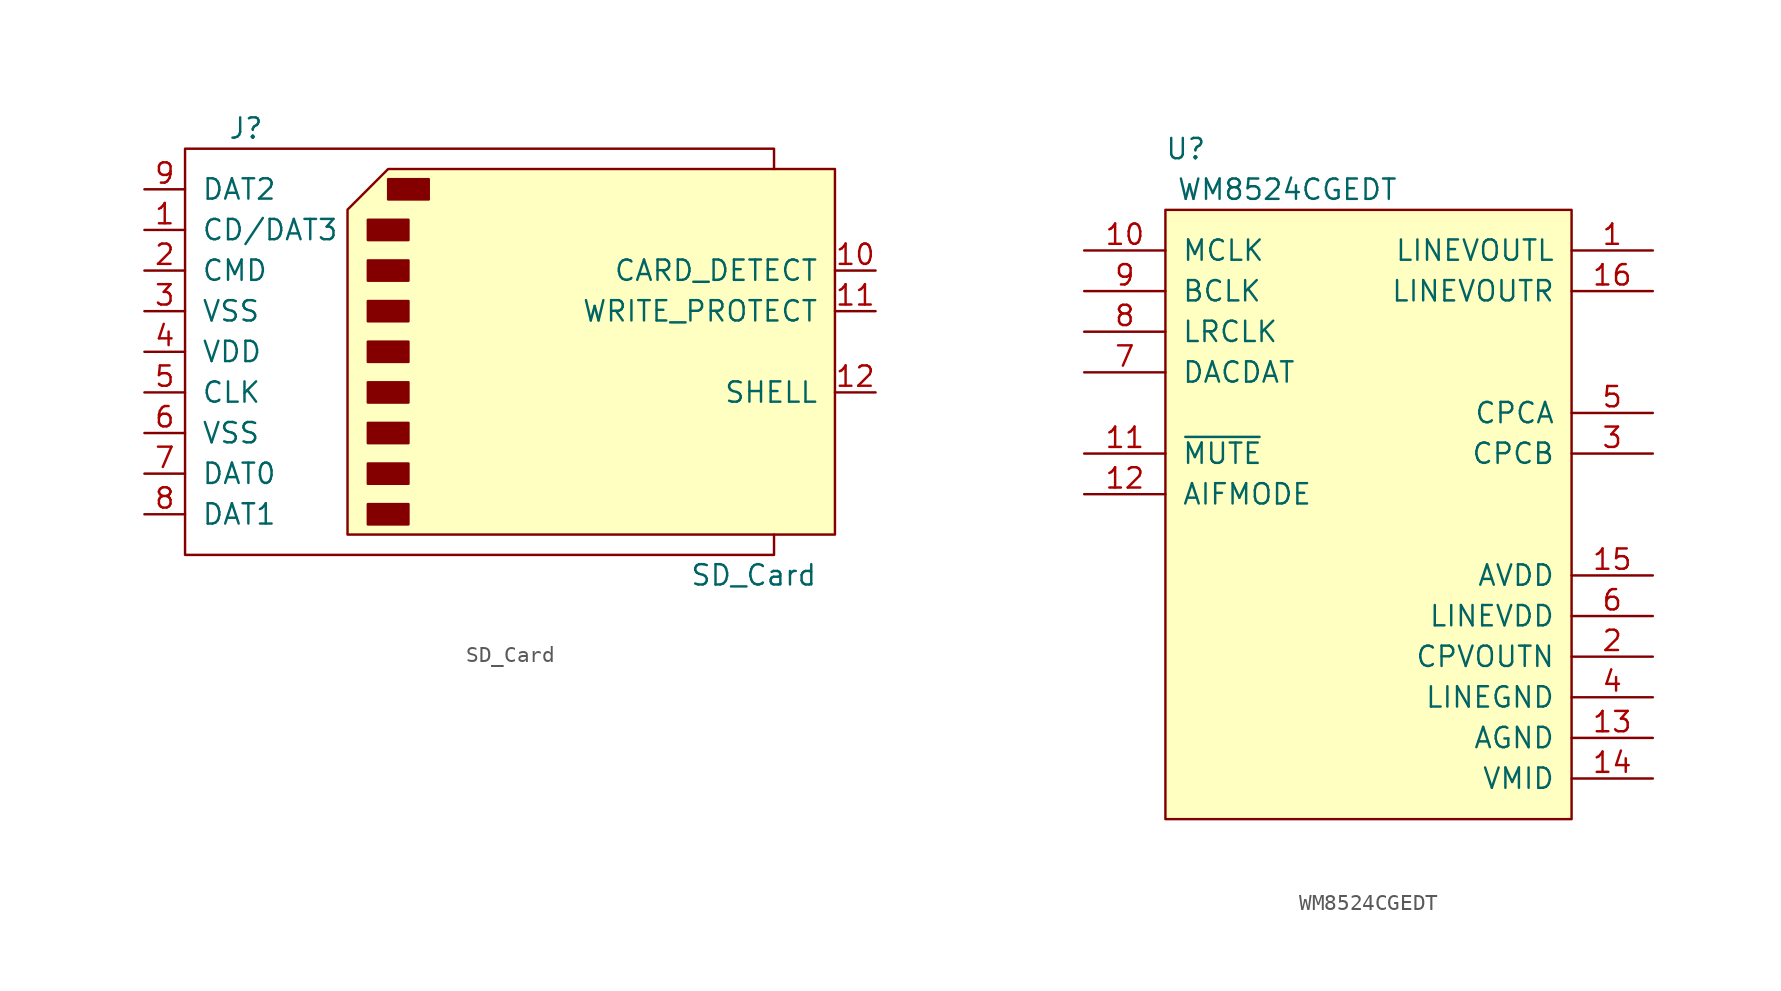
<source format=kicad_sym>
(kicad_symbol_lib
  (version 20241209)
  (generator "kicad_symbol_editor")
  (generator_version "9.0")
  (symbol "SD_Card"
    (pin_names
      (offset 1.016))
    (property "Reference" "J"
      (at -16.51 13.97 0)
      (effects (font (size 1.27 1.27))))
    (property "Value" "SD_Card"
      (at 15.24 -13.97 0)
      (effects (font (size 1.27 1.27))))
    (symbol "SD_Card_0_1"
      (polyline (pts (xy -10.16 8.89) (xy -7.62 11.43) (xy 20.32 11.43) (xy 20.32 -11.43) (xy -10.16 -11.43) (xy -10.16 8.89)) (stroke (width 0) (type solid)) (fill (type background)))
      (rectangle (start -8.89 8.255) (end -6.35 6.985) (stroke (width 0) (type solid)) (fill (type outline)))
      (rectangle (start -8.89 5.715) (end -6.35 4.445) (stroke (width 0) (type solid)) (fill (type outline)))
      (rectangle (start -8.89 3.175) (end -6.35 1.905) (stroke (width 0) (type solid)) (fill (type outline)))
      (rectangle (start -8.89 0.635) (end -6.35 -0.635) (stroke (width 0) (type solid)) (fill (type outline)))
      (rectangle (start -8.89 -1.905) (end -6.35 -3.175) (stroke (width 0) (type solid)) (fill (type outline)))
      (rectangle (start -8.89 -4.445) (end -6.35 -5.715) (stroke (width 0) (type solid)) (fill (type outline)))
      (rectangle (start -8.89 -6.985) (end -6.35 -8.255) (stroke (width 0) (type solid)) (fill (type outline)))
      (rectangle (start -8.89 -9.525) (end -6.35 -10.795) (stroke (width 0) (type solid)) (fill (type outline)))
      (rectangle (start -7.62 10.795) (end -5.08 9.525) (stroke (width 0) (type solid)) (fill (type outline)))
      (polyline (pts (xy 16.51 11.43) (xy 16.51 12.7) (xy -20.32 12.7) (xy -20.32 -12.7) (xy 16.51 -12.7) (xy 16.51 -11.43)) (stroke (width 0) (type solid)) (fill (type none))))
    (symbol "SD_Card_1_1"
      (pin input line (at -22.86 10.16 0) (length 2.54) (name "DAT2" (effects (font (size 1.27 1.27)))) (number "9" (effects (font (size 1.27 1.27)))))
      (pin input line (at -22.86 7.62 0) (length 2.54) (name "CD/DAT3" (effects (font (size 1.27 1.27)))) (number "1" (effects (font (size 1.27 1.27)))))
      (pin input line (at -22.86 5.08 0) (length 2.54) (name "CMD" (effects (font (size 1.27 1.27)))) (number "2" (effects (font (size 1.27 1.27)))))
      (pin power_in line (at -22.86 2.54 0) (length 2.54) (name "VSS" (effects (font (size 1.27 1.27)))) (number "3" (effects (font (size 1.27 1.27)))))
      (pin power_in line (at -22.86 0 0) (length 2.54) (name "VDD" (effects (font (size 1.27 1.27)))) (number "4" (effects (font (size 1.27 1.27)))))
      (pin input line (at -22.86 -2.54 0) (length 2.54) (name "CLK" (effects (font (size 1.27 1.27)))) (number "5" (effects (font (size 1.27 1.27)))))
      (pin power_in line (at -22.86 -5.08 0) (length 2.54) (name "VSS" (effects (font (size 1.27 1.27)))) (number "6" (effects (font (size 1.27 1.27)))))
      (pin input line (at -22.86 -7.62 0) (length 2.54) (name "DAT0" (effects (font (size 1.27 1.27)))) (number "7" (effects (font (size 1.27 1.27)))))
      (pin input line (at -22.86 -10.16 0) (length 2.54) (name "DAT1" (effects (font (size 1.27 1.27)))) (number "8" (effects (font (size 1.27 1.27)))))
      (pin input line (at 22.86 5.08 180) (length 2.54) (name "CARD_DETECT" (effects (font (size 1.27 1.27)))) (number "10" (effects (font (size 1.27 1.27)))))
      (pin input line (at 22.86 2.54 180) (length 2.54) (name "WRITE_PROTECT" (effects (font (size 1.27 1.27)))) (number "11" (effects (font (size 1.27 1.27)))))
      (pin input line (at 22.86 -2.54 180) (length 2.54) (name "SHELL" (effects (font (size 1.27 1.27)))) (number "12" (effects (font (size 1.27 1.27)))))))
  (symbol "WM8524CGEDT"
    (pin_names
      (offset 1.016))
    (property "Reference" "U"
      (at 1.27 3.81 0)
      (effects (font (size 1.27 1.27))))
    (property "Value" "WM8524CGEDT"
      (at 7.62 1.27 0)
      (effects (font (size 1.27 1.27))))
    (symbol "WM8524CGEDT_0_1"
      (rectangle (start 0 0) (end 25.4 -38.1) (stroke (width 0) (type solid)) (fill (type background))))
    (symbol "WM8524CGEDT_1_1"
      (pin input line (at -5.08 -2.54 0) (length 5.08) (name "MCLK" (effects (font (size 1.27 1.27)))) (number "10" (effects (font (size 1.27 1.27)))))
      (pin input line (at -5.08 -5.08 0) (length 5.08) (name "BCLK" (effects (font (size 1.27 1.27)))) (number "9" (effects (font (size 1.27 1.27)))))
      (pin input line (at -5.08 -7.62 0) (length 5.08) (name "LRCLK" (effects (font (size 1.27 1.27)))) (number "8" (effects (font (size 1.27 1.27)))))
      (pin input line (at -5.08 -10.16 0) (length 5.08) (name "DACDAT" (effects (font (size 1.27 1.27)))) (number "7" (effects (font (size 1.27 1.27)))))
      (pin input line (at -5.08 -15.24 0) (length 5.08) (name "~{MUTE}" (effects (font (size 1.27 1.27)))) (number "11" (effects (font (size 1.27 1.27)))))
      (pin input line (at -5.08 -17.78 0) (length 5.08) (name "AIFMODE" (effects (font (size 1.27 1.27)))) (number "12" (effects (font (size 1.27 1.27)))))
      (pin output line (at 30.48 -2.54 180) (length 5.08) (name "LINEVOUTL" (effects (font (size 1.27 1.27)))) (number "1" (effects (font (size 1.27 1.27)))))
      (pin output line (at 30.48 -5.08 180) (length 5.08) (name "LINEVOUTR" (effects (font (size 1.27 1.27)))) (number "16" (effects (font (size 1.27 1.27)))))
      (pin passive line (at 30.48 -12.7 180) (length 5.08) (name "CPCA" (effects (font (size 1.27 1.27)))) (number "5" (effects (font (size 1.27 1.27)))))
      (pin passive line (at 30.48 -15.24 180) (length 5.08) (name "CPCB" (effects (font (size 1.27 1.27)))) (number "3" (effects (font (size 1.27 1.27)))))
      (pin power_in line (at 30.48 -22.86 180) (length 5.08) (name "AVDD" (effects (font (size 1.27 1.27)))) (number "15" (effects (font (size 1.27 1.27)))))
      (pin power_in line (at 30.48 -25.4 180) (length 5.08) (name "LINEVDD" (effects (font (size 1.27 1.27)))) (number "6" (effects (font (size 1.27 1.27)))))
      (pin power_out line (at 30.48 -27.94 180) (length 5.08) (name "CPVOUTN" (effects (font (size 1.27 1.27)))) (number "2" (effects (font (size 1.27 1.27)))))
      (pin power_in line (at 30.48 -30.48 180) (length 5.08) (name "LINEGND" (effects (font (size 1.27 1.27)))) (number "4" (effects (font (size 1.27 1.27)))))
      (pin power_in line (at 30.48 -33.02 180) (length 5.08) (name "AGND" (effects (font (size 1.27 1.27)))) (number "13" (effects (font (size 1.27 1.27)))))
      (pin power_in line (at 30.48 -35.56 180) (length 5.08) (name "VMID" (effects (font (size 1.27 1.27)))) (number "14" (effects (font (size 1.27 1.27))))))))
</source>
